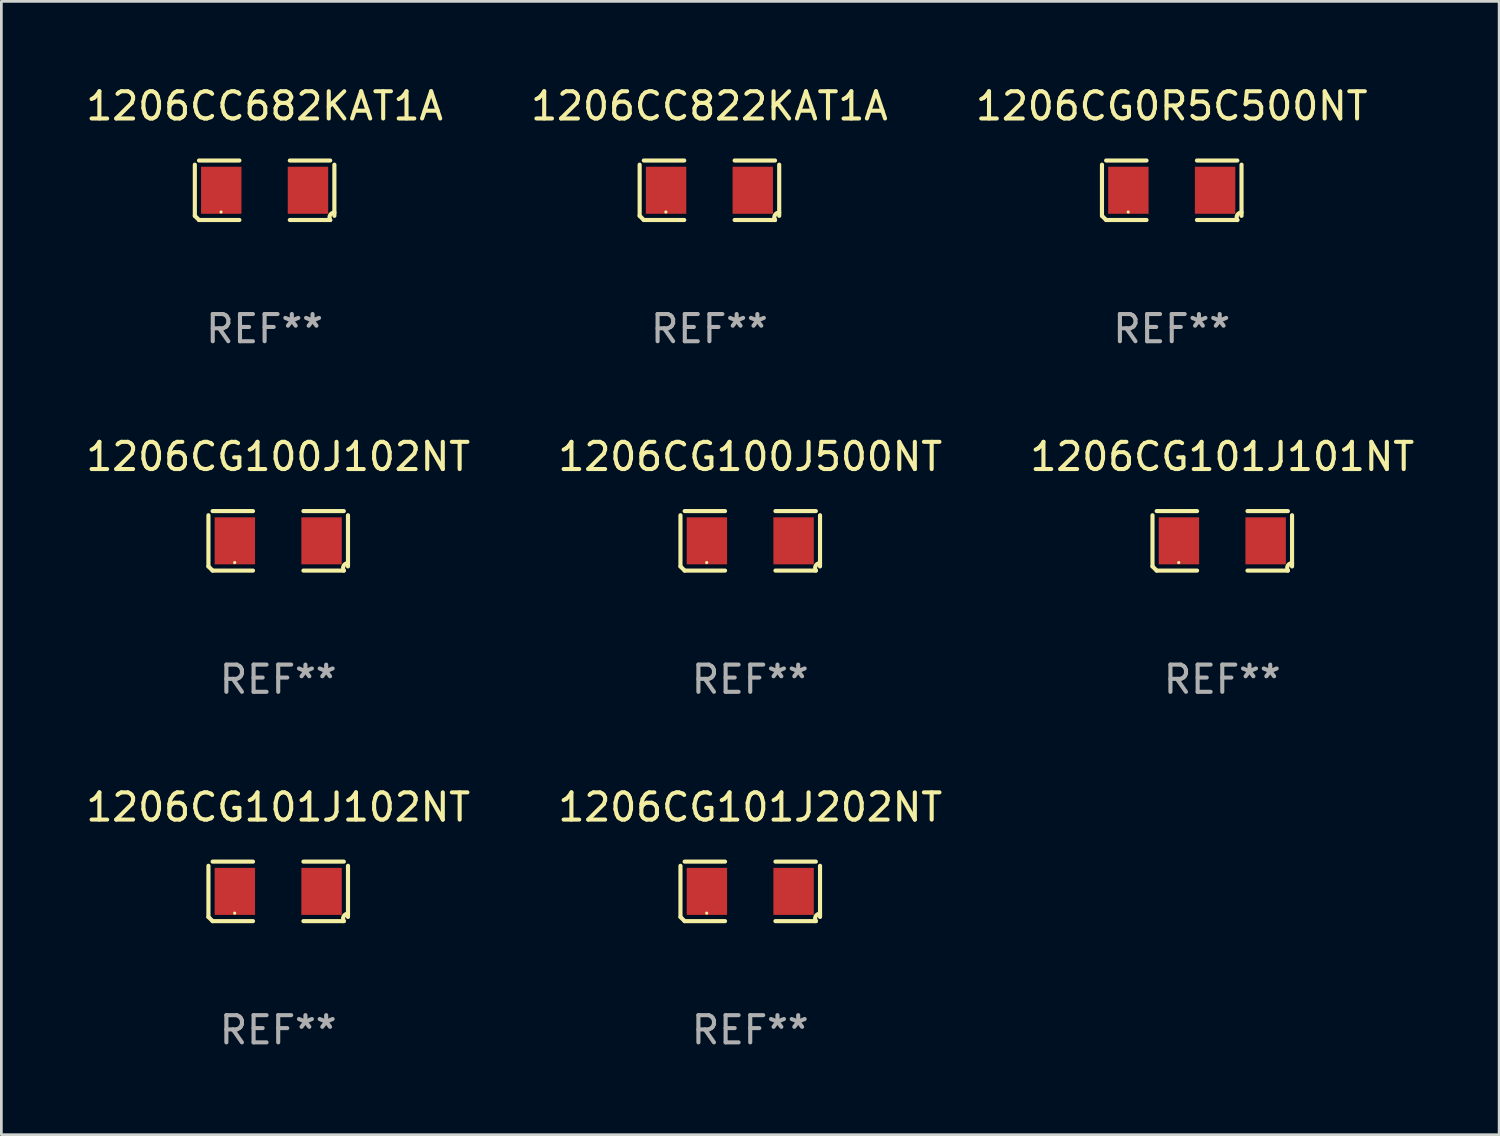
<source format=kicad_pcb>
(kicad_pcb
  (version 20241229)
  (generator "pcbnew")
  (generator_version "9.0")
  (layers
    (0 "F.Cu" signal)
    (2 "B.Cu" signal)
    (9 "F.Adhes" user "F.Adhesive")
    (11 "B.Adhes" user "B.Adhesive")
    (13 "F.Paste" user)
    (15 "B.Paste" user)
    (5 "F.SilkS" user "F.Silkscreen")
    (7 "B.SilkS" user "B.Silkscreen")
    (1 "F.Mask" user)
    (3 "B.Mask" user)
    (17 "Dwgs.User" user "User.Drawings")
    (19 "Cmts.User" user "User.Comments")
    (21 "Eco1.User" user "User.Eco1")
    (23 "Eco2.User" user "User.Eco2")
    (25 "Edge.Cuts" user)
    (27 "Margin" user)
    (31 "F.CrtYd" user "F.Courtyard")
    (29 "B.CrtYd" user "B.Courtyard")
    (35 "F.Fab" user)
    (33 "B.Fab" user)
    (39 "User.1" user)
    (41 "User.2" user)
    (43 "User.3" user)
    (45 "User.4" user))
  (footprint "1206CC822KAT1A"
    (layer "F.Cu")
    (at 23.018 3.941)
    (property "Reference" "1206CC822KAT1A" (at 0 -3.093 0) (layer "F.SilkS") (effects (font (size 1 1) (thickness 0.15))))
    (attr through_hole)
    (fp_line (start -2.564 0.94) (end -2.564 -0.94) (stroke (width 0.152) (type solid)) (layer "F.SilkS"))
    (fp_line (start -2.411 -1.093) (end -0.926 -1.093) (stroke (width 0.152) (type solid)) (layer "F.SilkS"))
    (fp_line (start -0.926 1.093) (end -2.411 1.093) (stroke (width 0.152) (type solid)) (layer "F.SilkS"))
    (fp_line (start 0.926 1.093) (end 2.411 1.093) (stroke (width 0.152) (type solid)) (layer "F.SilkS"))
    (fp_line (start 2.411 -1.093) (end 0.926 -1.093) (stroke (width 0.152) (type solid)) (layer "F.SilkS"))
    (fp_line (start 2.564 0.94) (end 2.564 -0.94) (stroke (width 0.152) (type solid)) (layer "F.SilkS"))
    (fp_arc (start -2.411201 1.092609) (mid -2.487413 1.01642) (end -2.563602 0.940208) (stroke (width 0.1524) (type solid)) (layer "F.SilkS"))
    (fp_arc (start 2.411201 1.092609) (mid 2.407159 0.911226) (end 2.563602 0.819347) (stroke (width 0.1524) (type solid)) (layer "F.SilkS"))
    (fp_circle (center -1.6 0.8) (end -1.57 0.8) (stroke (width 0.06) (type solid)) (fill no) (layer "F.SilkS"))
    (fp_text user "REF**" (at 0 5.093 0) (layer "F.Fab") (effects (font (size 1 1) (thickness 0.15))))
    (pad "1" smd rect (at -1.593 0) (size 1.485 1.728) (layers "F.Cu" "F.Mask" "F.Paste"))
    (pad "2" smd rect (at 1.593 0) (size 1.485 1.728) (layers "F.Cu" "F.Mask" "F.Paste")))
  (footprint "1206CG101J102NT"
    (layer "F.Cu")
    (at 7.173 29.704)
    (property "Reference" "1206CG101J102NT" (at 0 -3.093 0) (layer "F.SilkS") (effects (font (size 1 1) (thickness 0.15))))
    (attr through_hole)
    (fp_line (start -2.564 0.94) (end -2.564 -0.94) (stroke (width 0.152) (type solid)) (layer "F.SilkS"))
    (fp_line (start -2.411 -1.093) (end -0.926 -1.093) (stroke (width 0.152) (type solid)) (layer "F.SilkS"))
    (fp_line (start -0.926 1.093) (end -2.411 1.093) (stroke (width 0.152) (type solid)) (layer "F.SilkS"))
    (fp_line (start 0.926 1.093) (end 2.411 1.093) (stroke (width 0.152) (type solid)) (layer "F.SilkS"))
    (fp_line (start 2.411 -1.093) (end 0.926 -1.093) (stroke (width 0.152) (type solid)) (layer "F.SilkS"))
    (fp_line (start 2.564 0.94) (end 2.564 -0.94) (stroke (width 0.152) (type solid)) (layer "F.SilkS"))
    (fp_arc (start -2.411201 1.092609) (mid -2.487413 1.01642) (end -2.563602 0.940208) (stroke (width 0.1524) (type solid)) (layer "F.SilkS"))
    (fp_arc (start 2.411201 1.092609) (mid 2.407159 0.911226) (end 2.563602 0.819347) (stroke (width 0.1524) (type solid)) (layer "F.SilkS"))
    (fp_circle (center -1.6 0.8) (end -1.57 0.8) (stroke (width 0.06) (type solid)) (fill no) (layer "F.SilkS"))
    (fp_text user "REF**" (at 0 5.093 0) (layer "F.Fab") (effects (font (size 1 1) (thickness 0.15))))
    (pad "1" smd rect (at -1.593 0) (size 1.485 1.728) (layers "F.Cu" "F.Mask" "F.Paste"))
    (pad "2" smd rect (at 1.593 0) (size 1.485 1.728) (layers "F.Cu" "F.Mask" "F.Paste")))
  (footprint "1206CC682KAT1A"
    (layer "F.Cu")
    (at 6.673 3.941)
    (property "Reference" "1206CC682KAT1A" (at 0 -3.093 0) (layer "F.SilkS") (effects (font (size 1 1) (thickness 0.15))))
    (attr through_hole)
    (fp_line (start -2.564 0.94) (end -2.564 -0.94) (stroke (width 0.152) (type solid)) (layer "F.SilkS"))
    (fp_line (start -2.411 -1.093) (end -0.926 -1.093) (stroke (width 0.152) (type solid)) (layer "F.SilkS"))
    (fp_line (start -0.926 1.093) (end -2.411 1.093) (stroke (width 0.152) (type solid)) (layer "F.SilkS"))
    (fp_line (start 0.926 1.093) (end 2.411 1.093) (stroke (width 0.152) (type solid)) (layer "F.SilkS"))
    (fp_line (start 2.411 -1.093) (end 0.926 -1.093) (stroke (width 0.152) (type solid)) (layer "F.SilkS"))
    (fp_line (start 2.564 0.94) (end 2.564 -0.94) (stroke (width 0.152) (type solid)) (layer "F.SilkS"))
    (fp_arc (start -2.411201 1.092609) (mid -2.487413 1.01642) (end -2.563602 0.940208) (stroke (width 0.1524) (type solid)) (layer "F.SilkS"))
    (fp_arc (start 2.411201 1.092609) (mid 2.407159 0.911226) (end 2.563602 0.819347) (stroke (width 0.1524) (type solid)) (layer "F.SilkS"))
    (fp_circle (center -1.6 0.8) (end -1.57 0.8) (stroke (width 0.06) (type solid)) (fill no) (layer "F.SilkS"))
    (fp_text user "REF**" (at 0 5.093 0) (layer "F.Fab") (effects (font (size 1 1) (thickness 0.15))))
    (pad "1" smd rect (at -1.593 0) (size 1.485 1.728) (layers "F.Cu" "F.Mask" "F.Paste"))
    (pad "2" smd rect (at 1.593 0) (size 1.485 1.728) (layers "F.Cu" "F.Mask" "F.Paste")))
  (footprint "1206CG100J102NT"
    (layer "F.Cu")
    (at 7.173 16.823)
    (property "Reference" "1206CG100J102NT" (at 0 -3.093 0) (layer "F.SilkS") (effects (font (size 1 1) (thickness 0.15))))
    (attr through_hole)
    (fp_line (start -2.564 0.94) (end -2.564 -0.94) (stroke (width 0.152) (type solid)) (layer "F.SilkS"))
    (fp_line (start -2.411 -1.093) (end -0.926 -1.093) (stroke (width 0.152) (type solid)) (layer "F.SilkS"))
    (fp_line (start -0.926 1.093) (end -2.411 1.093) (stroke (width 0.152) (type solid)) (layer "F.SilkS"))
    (fp_line (start 0.926 1.093) (end 2.411 1.093) (stroke (width 0.152) (type solid)) (layer "F.SilkS"))
    (fp_line (start 2.411 -1.093) (end 0.926 -1.093) (stroke (width 0.152) (type solid)) (layer "F.SilkS"))
    (fp_line (start 2.564 0.94) (end 2.564 -0.94) (stroke (width 0.152) (type solid)) (layer "F.SilkS"))
    (fp_arc (start -2.411201 1.092609) (mid -2.487413 1.01642) (end -2.563602 0.940208) (stroke (width 0.1524) (type solid)) (layer "F.SilkS"))
    (fp_arc (start 2.411201 1.092609) (mid 2.407159 0.911226) (end 2.563602 0.819347) (stroke (width 0.1524) (type solid)) (layer "F.SilkS"))
    (fp_circle (center -1.6 0.8) (end -1.57 0.8) (stroke (width 0.06) (type solid)) (fill no) (layer "F.SilkS"))
    (fp_text user "REF**" (at 0 5.093 0) (layer "F.Fab") (effects (font (size 1 1) (thickness 0.15))))
    (pad "1" smd rect (at -1.593 0) (size 1.485 1.728) (layers "F.Cu" "F.Mask" "F.Paste"))
    (pad "2" smd rect (at 1.593 0) (size 1.485 1.728) (layers "F.Cu" "F.Mask" "F.Paste")))
  (footprint "1206CG101J101NT"
    (layer "F.Cu")
    (at 41.863 16.823)
    (property "Reference" "1206CG101J101NT" (at 0 -3.093 0) (layer "F.SilkS") (effects (font (size 1 1) (thickness 0.15))))
    (attr through_hole)
    (fp_line (start -2.564 0.94) (end -2.564 -0.94) (stroke (width 0.152) (type solid)) (layer "F.SilkS"))
    (fp_line (start -2.411 -1.093) (end -0.926 -1.093) (stroke (width 0.152) (type solid)) (layer "F.SilkS"))
    (fp_line (start -0.926 1.093) (end -2.411 1.093) (stroke (width 0.152) (type solid)) (layer "F.SilkS"))
    (fp_line (start 0.926 1.093) (end 2.411 1.093) (stroke (width 0.152) (type solid)) (layer "F.SilkS"))
    (fp_line (start 2.411 -1.093) (end 0.926 -1.093) (stroke (width 0.152) (type solid)) (layer "F.SilkS"))
    (fp_line (start 2.564 0.94) (end 2.564 -0.94) (stroke (width 0.152) (type solid)) (layer "F.SilkS"))
    (fp_arc (start -2.411201 1.092609) (mid -2.487413 1.01642) (end -2.563602 0.940208) (stroke (width 0.1524) (type solid)) (layer "F.SilkS"))
    (fp_arc (start 2.411201 1.092609) (mid 2.407159 0.911226) (end 2.563602 0.819347) (stroke (width 0.1524) (type solid)) (layer "F.SilkS"))
    (fp_circle (center -1.6 0.8) (end -1.57 0.8) (stroke (width 0.06) (type solid)) (fill no) (layer "F.SilkS"))
    (fp_text user "REF**" (at 0 5.093 0) (layer "F.Fab") (effects (font (size 1 1) (thickness 0.15))))
    (pad "1" smd rect (at -1.593 0) (size 1.485 1.728) (layers "F.Cu" "F.Mask" "F.Paste"))
    (pad "2" smd rect (at 1.593 0) (size 1.485 1.728) (layers "F.Cu" "F.Mask" "F.Paste")))
  (footprint "1206CG0R5C500NT"
    (layer "F.Cu")
    (at 40.006 3.941)
    (property "Reference" "1206CG0R5C500NT" (at 0 -3.093 0) (layer "F.SilkS") (effects (font (size 1 1) (thickness 0.15))))
    (attr through_hole)
    (fp_line (start -2.564 0.94) (end -2.564 -0.94) (stroke (width 0.152) (type solid)) (layer "F.SilkS"))
    (fp_line (start -2.411 -1.093) (end -0.926 -1.093) (stroke (width 0.152) (type solid)) (layer "F.SilkS"))
    (fp_line (start -0.926 1.093) (end -2.411 1.093) (stroke (width 0.152) (type solid)) (layer "F.SilkS"))
    (fp_line (start 0.926 1.093) (end 2.411 1.093) (stroke (width 0.152) (type solid)) (layer "F.SilkS"))
    (fp_line (start 2.411 -1.093) (end 0.926 -1.093) (stroke (width 0.152) (type solid)) (layer "F.SilkS"))
    (fp_line (start 2.564 0.94) (end 2.564 -0.94) (stroke (width 0.152) (type solid)) (layer "F.SilkS"))
    (fp_arc (start -2.411201 1.092609) (mid -2.487413 1.01642) (end -2.563602 0.940208) (stroke (width 0.1524) (type solid)) (layer "F.SilkS"))
    (fp_arc (start 2.411201 1.092609) (mid 2.407159 0.911226) (end 2.563602 0.819347) (stroke (width 0.1524) (type solid)) (layer "F.SilkS"))
    (fp_circle (center -1.6 0.8) (end -1.57 0.8) (stroke (width 0.06) (type solid)) (fill no) (layer "F.SilkS"))
    (fp_text user "REF**" (at 0 5.093 0) (layer "F.Fab") (effects (font (size 1 1) (thickness 0.15))))
    (pad "1" smd rect (at -1.593 0) (size 1.485 1.728) (layers "F.Cu" "F.Mask" "F.Paste"))
    (pad "2" smd rect (at 1.593 0) (size 1.485 1.728) (layers "F.Cu" "F.Mask" "F.Paste")))
  (footprint "1206CG100J500NT"
    (layer "F.Cu")
    (at 24.518 16.823)
    (property "Reference" "1206CG100J500NT" (at 0 -3.093 0) (layer "F.SilkS") (effects (font (size 1 1) (thickness 0.15))))
    (attr through_hole)
    (fp_line (start -2.564 0.94) (end -2.564 -0.94) (stroke (width 0.152) (type solid)) (layer "F.SilkS"))
    (fp_line (start -2.411 -1.093) (end -0.926 -1.093) (stroke (width 0.152) (type solid)) (layer "F.SilkS"))
    (fp_line (start -0.926 1.093) (end -2.411 1.093) (stroke (width 0.152) (type solid)) (layer "F.SilkS"))
    (fp_line (start 0.926 1.093) (end 2.411 1.093) (stroke (width 0.152) (type solid)) (layer "F.SilkS"))
    (fp_line (start 2.411 -1.093) (end 0.926 -1.093) (stroke (width 0.152) (type solid)) (layer "F.SilkS"))
    (fp_line (start 2.564 0.94) (end 2.564 -0.94) (stroke (width 0.152) (type solid)) (layer "F.SilkS"))
    (fp_arc (start -2.411201 1.092609) (mid -2.487413 1.01642) (end -2.563602 0.940208) (stroke (width 0.1524) (type solid)) (layer "F.SilkS"))
    (fp_arc (start 2.411201 1.092609) (mid 2.407159 0.911226) (end 2.563602 0.819347) (stroke (width 0.1524) (type solid)) (layer "F.SilkS"))
    (fp_circle (center -1.6 0.8) (end -1.57 0.8) (stroke (width 0.06) (type solid)) (fill no) (layer "F.SilkS"))
    (fp_text user "REF**" (at 0 5.093 0) (layer "F.Fab") (effects (font (size 1 1) (thickness 0.15))))
    (pad "1" smd rect (at -1.593 0) (size 1.485 1.728) (layers "F.Cu" "F.Mask" "F.Paste"))
    (pad "2" smd rect (at 1.593 0) (size 1.485 1.728) (layers "F.Cu" "F.Mask" "F.Paste")))
  (footprint "1206CG101J202NT"
    (layer "F.Cu")
    (at 24.518 29.704)
    (property "Reference" "1206CG101J202NT" (at 0 -3.093 0) (layer "F.SilkS") (effects (font (size 1 1) (thickness 0.15))))
    (attr through_hole)
    (fp_line (start -2.564 0.94) (end -2.564 -0.94) (stroke (width 0.152) (type solid)) (layer "F.SilkS"))
    (fp_line (start -2.411 -1.093) (end -0.926 -1.093) (stroke (width 0.152) (type solid)) (layer "F.SilkS"))
    (fp_line (start -0.926 1.093) (end -2.411 1.093) (stroke (width 0.152) (type solid)) (layer "F.SilkS"))
    (fp_line (start 0.926 1.093) (end 2.411 1.093) (stroke (width 0.152) (type solid)) (layer "F.SilkS"))
    (fp_line (start 2.411 -1.093) (end 0.926 -1.093) (stroke (width 0.152) (type solid)) (layer "F.SilkS"))
    (fp_line (start 2.564 0.94) (end 2.564 -0.94) (stroke (width 0.152) (type solid)) (layer "F.SilkS"))
    (fp_arc (start -2.411201 1.092609) (mid -2.487413 1.01642) (end -2.563602 0.940208) (stroke (width 0.1524) (type solid)) (layer "F.SilkS"))
    (fp_arc (start 2.411201 1.092609) (mid 2.407159 0.911226) (end 2.563602 0.819347) (stroke (width 0.1524) (type solid)) (layer "F.SilkS"))
    (fp_circle (center -1.6 0.8) (end -1.57 0.8) (stroke (width 0.06) (type solid)) (fill no) (layer "F.SilkS"))
    (fp_text user "REF**" (at 0 5.093 0) (layer "F.Fab") (effects (font (size 1 1) (thickness 0.15))))
    (pad "1" smd rect (at -1.593 0) (size 1.485 1.728) (layers "F.Cu" "F.Mask" "F.Paste"))
    (pad "2" smd rect (at 1.593 0) (size 1.485 1.728) (layers "F.Cu" "F.Mask" "F.Paste")))
  (gr_rect
    (start -3 -3)
    (end 52.036 38.645)
    (stroke (width 0.1) (type default))
    (fill no)
    (layer "Edge.Cuts")))
</source>
